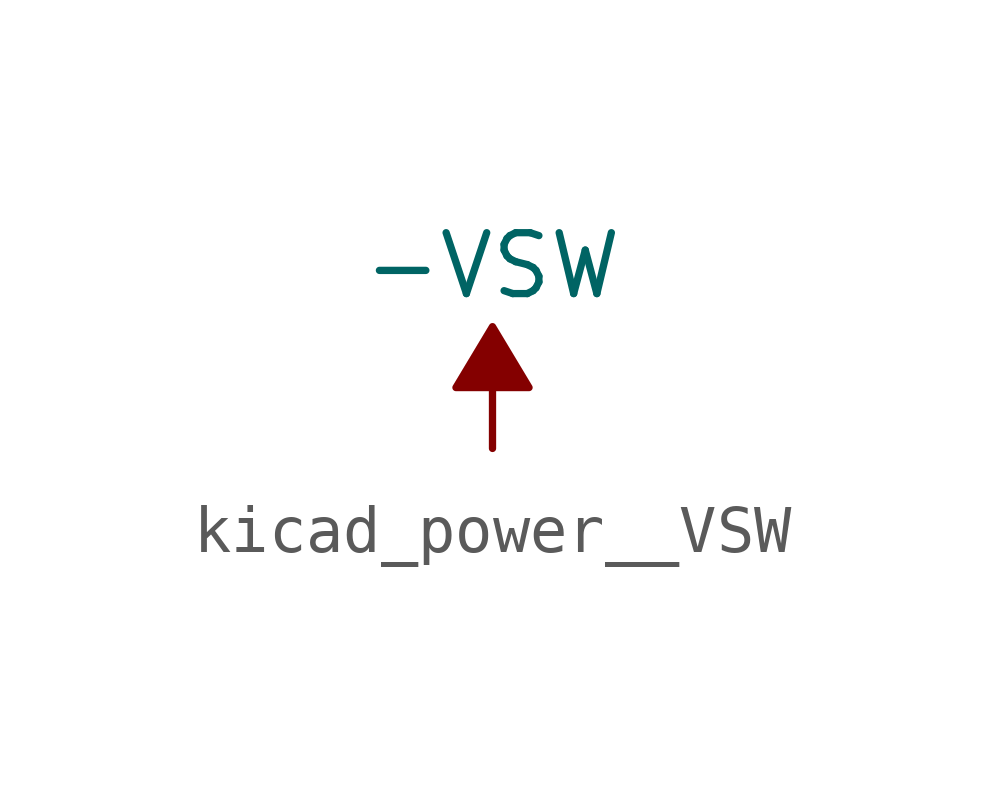
<source format=kicad_sym>
(kicad_symbol_lib
  (version 20220914)
  (generator kicad_symbol_editor)
  (symbol "kicad_power__VSW"
    (power)
    (pin_names
      (offset 0))
    (property "Reference" "#PWR"
      (at 0 2.54 0)
      (effects (font (size 1.27 1.27)) hide))
    (property "Value" "-VSW"
      (at 0 3.81 0)
      (effects (font (size 1.27 1.27))))
    (symbol "kicad_power__VSW_0_0"
      (pin power_in line (at 0 0 90) (length 0) hide (name "-VSW" (effects (font (size 1.27 1.27)))) (number "1" (effects (font (size 1.27 1.27))))))
    (symbol "kicad_power__VSW_0_1"
      (polyline (pts (xy 0 0) (xy 0 1.27) (xy 0.762 1.27) (xy 0 2.54) (xy -0.762 1.27) (xy 0 1.27)) (stroke (width 0) (type default)) (fill (type outline))))))
</source>
